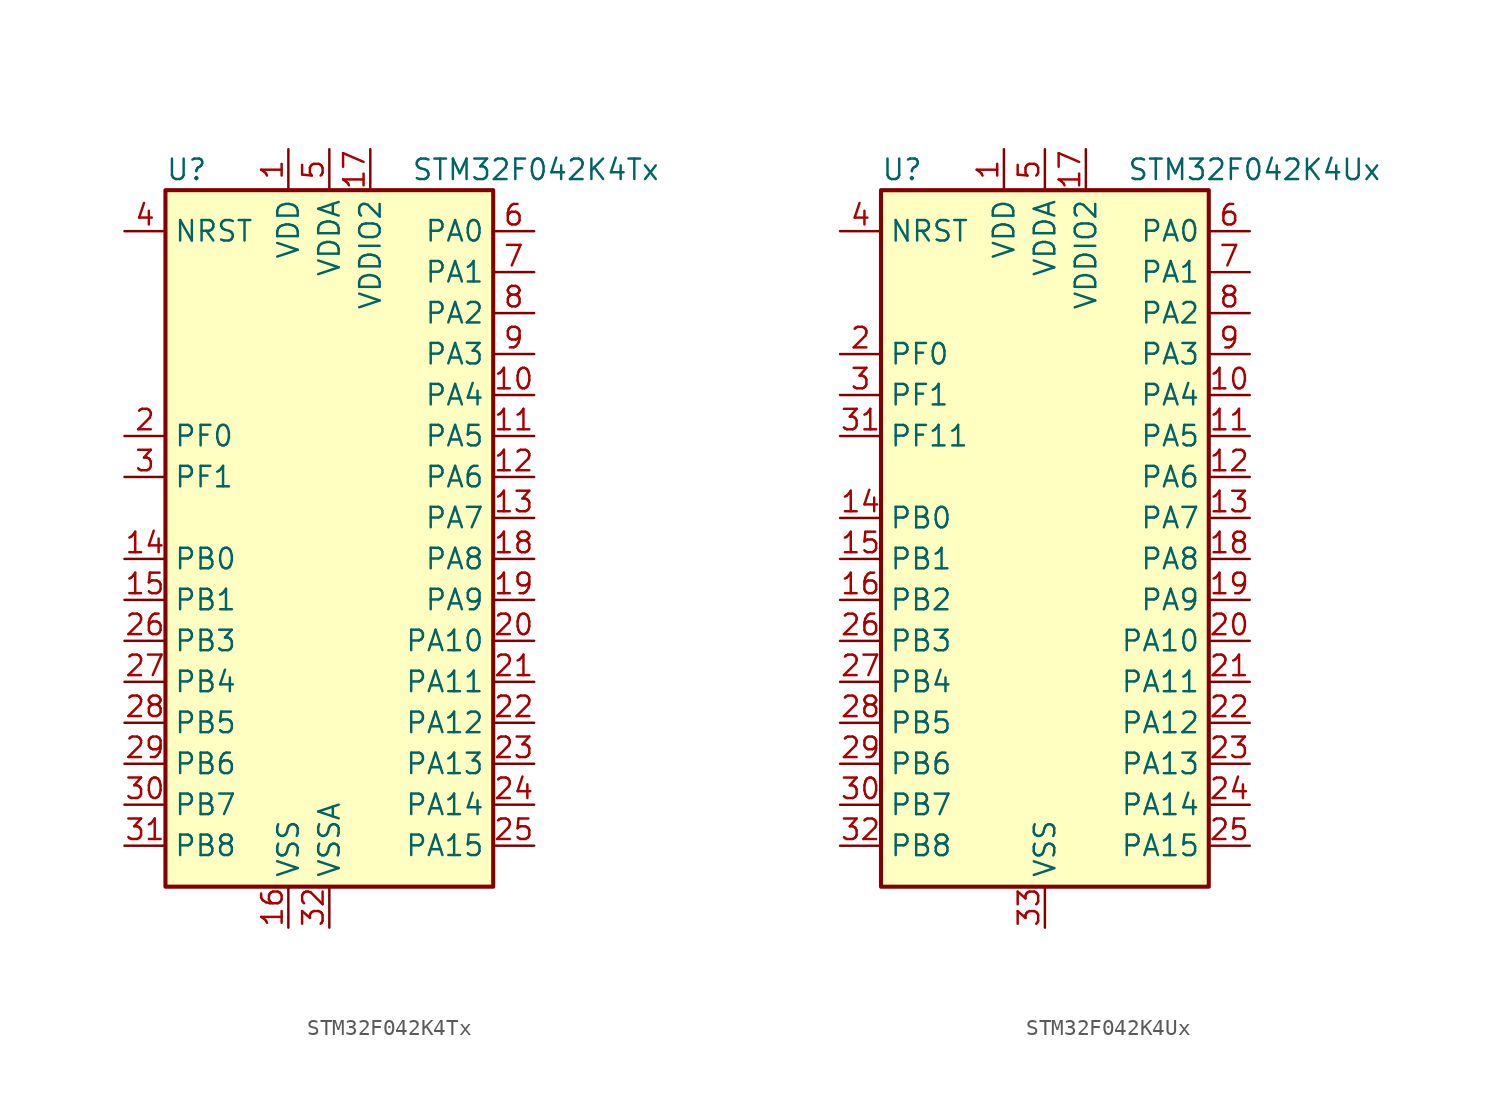
<source format=kicad_sym>
(kicad_symbol_lib
  (version 20201005)
  (generator kicad_symbol_editor)
  (symbol "STM32F042K4Tx"
    (property "Reference" "U"
      (at -10.16 21.59 0)
      (effects (font (size 1.27 1.27)) (justify left)))
    (property "Value" "STM32F042K4Tx"
      (at 5.08 21.59 0)
      (effects (font (size 1.27 1.27)) (justify left)))
    (symbol "STM32F042K4Tx_0_1"
      (rectangle (start -10.16 -22.86) (end 10.16 20.32) (stroke (width 0.254)) (fill (type background))))
    (symbol "STM32F042K4Tx_1_1"
      (pin input line (at -12.7 17.78 0) (length 2.54) (name "NRST" (effects (font (size 1.27 1.27)))) (number "4" (effects (font (size 1.27 1.27)))))
      (pin bidirectional line (at 12.7 17.78 180) (length 2.54) (name "PA0" (effects (font (size 1.27 1.27)))) (number "6" (effects (font (size 1.27 1.27)))))
      (pin bidirectional line (at 12.7 15.24 180) (length 2.54) (name "PA1" (effects (font (size 1.27 1.27)))) (number "7" (effects (font (size 1.27 1.27)))))
      (pin bidirectional line (at 12.7 -7.62 180) (length 2.54) (name "PA10" (effects (font (size 1.27 1.27)))) (number "20" (effects (font (size 1.27 1.27)))))
      (pin bidirectional line (at 12.7 -10.16 180) (length 2.54) (name "PA11" (effects (font (size 1.27 1.27)))) (number "21" (effects (font (size 1.27 1.27)))))
      (pin bidirectional line (at 12.7 -12.7 180) (length 2.54) (name "PA12" (effects (font (size 1.27 1.27)))) (number "22" (effects (font (size 1.27 1.27)))))
      (pin bidirectional line (at 12.7 -15.24 180) (length 2.54) (name "PA13" (effects (font (size 1.27 1.27)))) (number "23" (effects (font (size 1.27 1.27)))))
      (pin bidirectional line (at 12.7 -17.78 180) (length 2.54) (name "PA14" (effects (font (size 1.27 1.27)))) (number "24" (effects (font (size 1.27 1.27)))))
      (pin bidirectional line (at 12.7 -20.32 180) (length 2.54) (name "PA15" (effects (font (size 1.27 1.27)))) (number "25" (effects (font (size 1.27 1.27)))))
      (pin bidirectional line (at 12.7 12.7 180) (length 2.54) (name "PA2" (effects (font (size 1.27 1.27)))) (number "8" (effects (font (size 1.27 1.27)))))
      (pin bidirectional line (at 12.7 10.16 180) (length 2.54) (name "PA3" (effects (font (size 1.27 1.27)))) (number "9" (effects (font (size 1.27 1.27)))))
      (pin bidirectional line (at 12.7 7.62 180) (length 2.54) (name "PA4" (effects (font (size 1.27 1.27)))) (number "10" (effects (font (size 1.27 1.27)))))
      (pin bidirectional line (at 12.7 5.08 180) (length 2.54) (name "PA5" (effects (font (size 1.27 1.27)))) (number "11" (effects (font (size 1.27 1.27)))))
      (pin bidirectional line (at 12.7 2.54 180) (length 2.54) (name "PA6" (effects (font (size 1.27 1.27)))) (number "12" (effects (font (size 1.27 1.27)))))
      (pin bidirectional line (at 12.7 0 180) (length 2.54) (name "PA7" (effects (font (size 1.27 1.27)))) (number "13" (effects (font (size 1.27 1.27)))))
      (pin bidirectional line (at 12.7 -2.54 180) (length 2.54) (name "PA8" (effects (font (size 1.27 1.27)))) (number "18" (effects (font (size 1.27 1.27)))))
      (pin bidirectional line (at 12.7 -5.08 180) (length 2.54) (name "PA9" (effects (font (size 1.27 1.27)))) (number "19" (effects (font (size 1.27 1.27)))))
      (pin bidirectional line (at -12.7 -2.54 0) (length 2.54) (name "PB0" (effects (font (size 1.27 1.27)))) (number "14" (effects (font (size 1.27 1.27)))))
      (pin bidirectional line (at -12.7 -5.08 0) (length 2.54) (name "PB1" (effects (font (size 1.27 1.27)))) (number "15" (effects (font (size 1.27 1.27)))))
      (pin bidirectional line (at -12.7 -7.62 0) (length 2.54) (name "PB3" (effects (font (size 1.27 1.27)))) (number "26" (effects (font (size 1.27 1.27)))))
      (pin bidirectional line (at -12.7 -10.16 0) (length 2.54) (name "PB4" (effects (font (size 1.27 1.27)))) (number "27" (effects (font (size 1.27 1.27)))))
      (pin bidirectional line (at -12.7 -12.7 0) (length 2.54) (name "PB5" (effects (font (size 1.27 1.27)))) (number "28" (effects (font (size 1.27 1.27)))))
      (pin bidirectional line (at -12.7 -15.24 0) (length 2.54) (name "PB6" (effects (font (size 1.27 1.27)))) (number "29" (effects (font (size 1.27 1.27)))))
      (pin bidirectional line (at -12.7 -17.78 0) (length 2.54) (name "PB7" (effects (font (size 1.27 1.27)))) (number "30" (effects (font (size 1.27 1.27)))))
      (pin bidirectional line (at -12.7 -20.32 0) (length 2.54) (name "PB8" (effects (font (size 1.27 1.27)))) (number "31" (effects (font (size 1.27 1.27)))))
      (pin input line (at -12.7 5.08 0) (length 2.54) (name "PF0" (effects (font (size 1.27 1.27)))) (number "2" (effects (font (size 1.27 1.27)))))
      (pin input line (at -12.7 2.54 0) (length 2.54) (name "PF1" (effects (font (size 1.27 1.27)))) (number "3" (effects (font (size 1.27 1.27)))))
      (pin power_in line (at -2.54 22.86 270) (length 2.54) (name "VDD" (effects (font (size 1.27 1.27)))) (number "1" (effects (font (size 1.27 1.27)))))
      (pin power_in line (at 0 22.86 270) (length 2.54) (name "VDDA" (effects (font (size 1.27 1.27)))) (number "5" (effects (font (size 1.27 1.27)))))
      (pin power_in line (at 2.54 22.86 270) (length 2.54) (name "VDDIO2" (effects (font (size 1.27 1.27)))) (number "17" (effects (font (size 1.27 1.27)))))
      (pin power_in line (at -2.54 -25.4 90) (length 2.54) (name "VSS" (effects (font (size 1.27 1.27)))) (number "16" (effects (font (size 1.27 1.27)))))
      (pin power_in line (at 0 -25.4 90) (length 2.54) (name "VSSA" (effects (font (size 1.27 1.27)))) (number "32" (effects (font (size 1.27 1.27)))))))
  (symbol "STM32F042K4Ux"
    (property "Reference" "U"
      (at -10.16 21.59 0)
      (effects (font (size 1.27 1.27)) (justify left)))
    (property "Value" "STM32F042K4Ux"
      (at 5.08 21.59 0)
      (effects (font (size 1.27 1.27)) (justify left)))
    (symbol "STM32F042K4Ux_0_1"
      (rectangle (start -10.16 -22.86) (end 10.16 20.32) (stroke (width 0.254)) (fill (type background))))
    (symbol "STM32F042K4Ux_1_1"
      (pin input line (at -12.7 17.78 0) (length 2.54) (name "NRST" (effects (font (size 1.27 1.27)))) (number "4" (effects (font (size 1.27 1.27)))))
      (pin bidirectional line (at 12.7 17.78 180) (length 2.54) (name "PA0" (effects (font (size 1.27 1.27)))) (number "6" (effects (font (size 1.27 1.27)))))
      (pin bidirectional line (at 12.7 15.24 180) (length 2.54) (name "PA1" (effects (font (size 1.27 1.27)))) (number "7" (effects (font (size 1.27 1.27)))))
      (pin bidirectional line (at 12.7 -7.62 180) (length 2.54) (name "PA10" (effects (font (size 1.27 1.27)))) (number "20" (effects (font (size 1.27 1.27)))))
      (pin bidirectional line (at 12.7 -10.16 180) (length 2.54) (name "PA11" (effects (font (size 1.27 1.27)))) (number "21" (effects (font (size 1.27 1.27)))))
      (pin bidirectional line (at 12.7 -12.7 180) (length 2.54) (name "PA12" (effects (font (size 1.27 1.27)))) (number "22" (effects (font (size 1.27 1.27)))))
      (pin bidirectional line (at 12.7 -15.24 180) (length 2.54) (name "PA13" (effects (font (size 1.27 1.27)))) (number "23" (effects (font (size 1.27 1.27)))))
      (pin bidirectional line (at 12.7 -17.78 180) (length 2.54) (name "PA14" (effects (font (size 1.27 1.27)))) (number "24" (effects (font (size 1.27 1.27)))))
      (pin bidirectional line (at 12.7 -20.32 180) (length 2.54) (name "PA15" (effects (font (size 1.27 1.27)))) (number "25" (effects (font (size 1.27 1.27)))))
      (pin bidirectional line (at 12.7 12.7 180) (length 2.54) (name "PA2" (effects (font (size 1.27 1.27)))) (number "8" (effects (font (size 1.27 1.27)))))
      (pin bidirectional line (at 12.7 10.16 180) (length 2.54) (name "PA3" (effects (font (size 1.27 1.27)))) (number "9" (effects (font (size 1.27 1.27)))))
      (pin bidirectional line (at 12.7 7.62 180) (length 2.54) (name "PA4" (effects (font (size 1.27 1.27)))) (number "10" (effects (font (size 1.27 1.27)))))
      (pin bidirectional line (at 12.7 5.08 180) (length 2.54) (name "PA5" (effects (font (size 1.27 1.27)))) (number "11" (effects (font (size 1.27 1.27)))))
      (pin bidirectional line (at 12.7 2.54 180) (length 2.54) (name "PA6" (effects (font (size 1.27 1.27)))) (number "12" (effects (font (size 1.27 1.27)))))
      (pin bidirectional line (at 12.7 0 180) (length 2.54) (name "PA7" (effects (font (size 1.27 1.27)))) (number "13" (effects (font (size 1.27 1.27)))))
      (pin bidirectional line (at 12.7 -2.54 180) (length 2.54) (name "PA8" (effects (font (size 1.27 1.27)))) (number "18" (effects (font (size 1.27 1.27)))))
      (pin bidirectional line (at 12.7 -5.08 180) (length 2.54) (name "PA9" (effects (font (size 1.27 1.27)))) (number "19" (effects (font (size 1.27 1.27)))))
      (pin bidirectional line (at -12.7 0 0) (length 2.54) (name "PB0" (effects (font (size 1.27 1.27)))) (number "14" (effects (font (size 1.27 1.27)))))
      (pin bidirectional line (at -12.7 -2.54 0) (length 2.54) (name "PB1" (effects (font (size 1.27 1.27)))) (number "15" (effects (font (size 1.27 1.27)))))
      (pin bidirectional line (at -12.7 -5.08 0) (length 2.54) (name "PB2" (effects (font (size 1.27 1.27)))) (number "16" (effects (font (size 1.27 1.27)))))
      (pin bidirectional line (at -12.7 -7.62 0) (length 2.54) (name "PB3" (effects (font (size 1.27 1.27)))) (number "26" (effects (font (size 1.27 1.27)))))
      (pin bidirectional line (at -12.7 -10.16 0) (length 2.54) (name "PB4" (effects (font (size 1.27 1.27)))) (number "27" (effects (font (size 1.27 1.27)))))
      (pin bidirectional line (at -12.7 -12.7 0) (length 2.54) (name "PB5" (effects (font (size 1.27 1.27)))) (number "28" (effects (font (size 1.27 1.27)))))
      (pin bidirectional line (at -12.7 -15.24 0) (length 2.54) (name "PB6" (effects (font (size 1.27 1.27)))) (number "29" (effects (font (size 1.27 1.27)))))
      (pin bidirectional line (at -12.7 -17.78 0) (length 2.54) (name "PB7" (effects (font (size 1.27 1.27)))) (number "30" (effects (font (size 1.27 1.27)))))
      (pin bidirectional line (at -12.7 -20.32 0) (length 2.54) (name "PB8" (effects (font (size 1.27 1.27)))) (number "32" (effects (font (size 1.27 1.27)))))
      (pin input line (at -12.7 10.16 0) (length 2.54) (name "PF0" (effects (font (size 1.27 1.27)))) (number "2" (effects (font (size 1.27 1.27)))))
      (pin input line (at -12.7 7.62 0) (length 2.54) (name "PF1" (effects (font (size 1.27 1.27)))) (number "3" (effects (font (size 1.27 1.27)))))
      (pin bidirectional line (at -12.7 5.08 0) (length 2.54) (name "PF11" (effects (font (size 1.27 1.27)))) (number "31" (effects (font (size 1.27 1.27)))))
      (pin power_in line (at -2.54 22.86 270) (length 2.54) (name "VDD" (effects (font (size 1.27 1.27)))) (number "1" (effects (font (size 1.27 1.27)))))
      (pin power_in line (at 0 22.86 270) (length 2.54) (name "VDDA" (effects (font (size 1.27 1.27)))) (number "5" (effects (font (size 1.27 1.27)))))
      (pin power_in line (at 2.54 22.86 270) (length 2.54) (name "VDDIO2" (effects (font (size 1.27 1.27)))) (number "17" (effects (font (size 1.27 1.27)))))
      (pin power_in line (at 0 -25.4 90) (length 2.54) (name "VSS" (effects (font (size 1.27 1.27)))) (number "33" (effects (font (size 1.27 1.27))))))))
</source>
